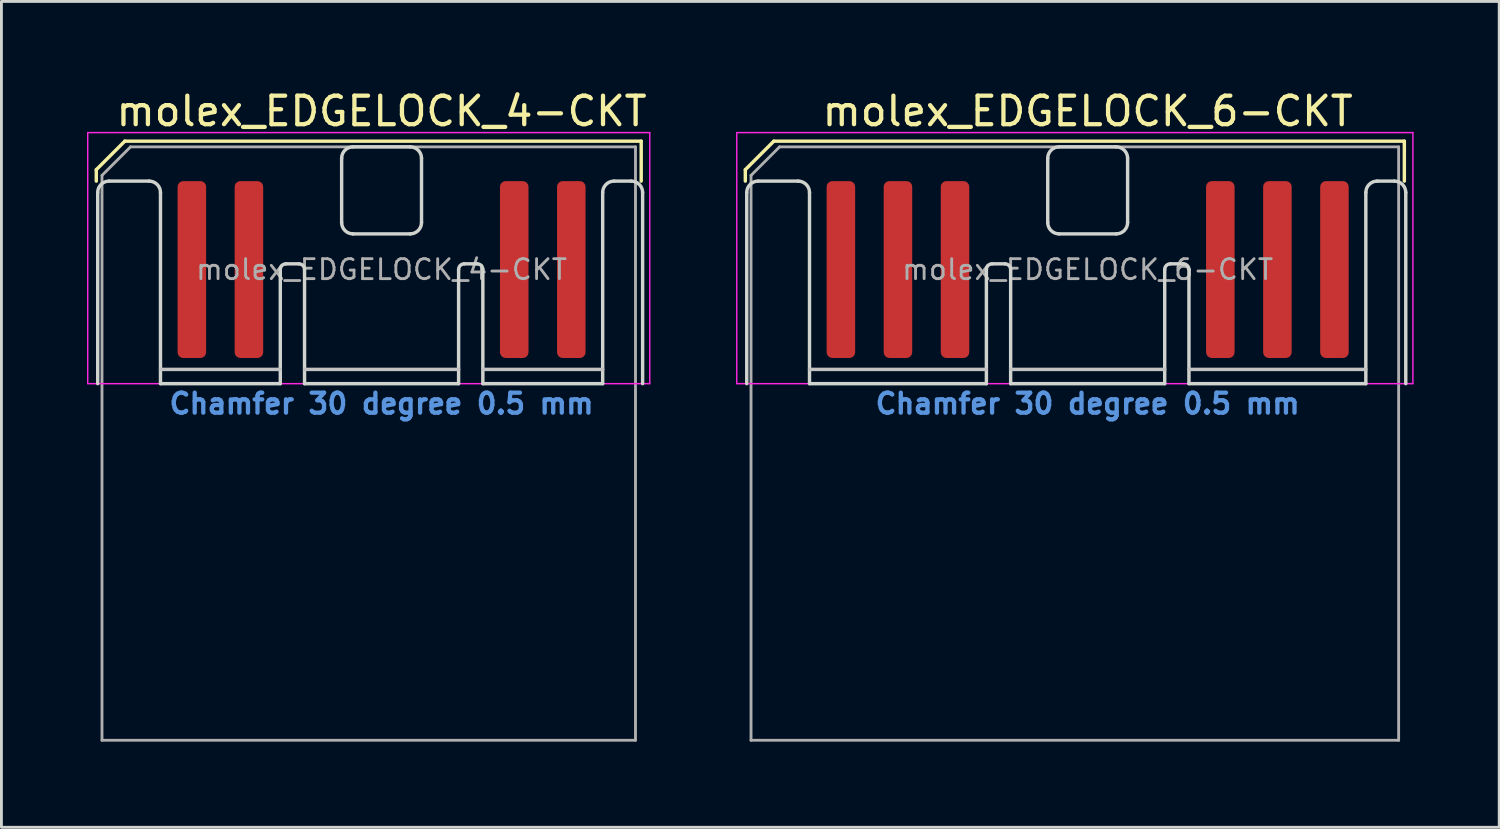
<source format=kicad_pcb>
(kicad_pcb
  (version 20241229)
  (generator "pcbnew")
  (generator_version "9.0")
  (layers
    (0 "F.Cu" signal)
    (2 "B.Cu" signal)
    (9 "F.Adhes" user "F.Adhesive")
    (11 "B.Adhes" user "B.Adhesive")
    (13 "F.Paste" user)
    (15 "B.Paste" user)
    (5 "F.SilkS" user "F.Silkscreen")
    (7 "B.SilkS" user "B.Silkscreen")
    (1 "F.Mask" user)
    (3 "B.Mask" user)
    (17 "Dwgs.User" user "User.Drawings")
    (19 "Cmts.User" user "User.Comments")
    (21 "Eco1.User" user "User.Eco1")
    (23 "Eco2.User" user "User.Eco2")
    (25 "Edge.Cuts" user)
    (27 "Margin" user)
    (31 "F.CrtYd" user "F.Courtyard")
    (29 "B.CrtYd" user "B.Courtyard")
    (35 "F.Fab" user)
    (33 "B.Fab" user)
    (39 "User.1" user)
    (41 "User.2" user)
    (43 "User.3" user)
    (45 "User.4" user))
  (footprint "molex_EDGELOCK_4-CKT"
    (layer "F.Cu")
    (at 10.325 6.398)
    (property "Reference" "molex_EDGELOCK_4-CKT" (at 0 -5.55 0) (layer "F.SilkS") (effects (font (size 1 1) (thickness 0.15))))
    (attr exclude_from_pos_files exclude_from_bom)
    (fp_line (start -10 -3.5) (end -9 -4.5) (stroke (width 0.12) (type solid)) (layer "F.SilkS"))
    (fp_line (start -10 -3.1) (end -10 -3.5) (stroke (width 0.12) (type solid)) (layer "F.SilkS"))
    (fp_line (start -9 -4.5) (end 9.1 -4.5) (stroke (width 0.12) (type solid)) (layer "F.SilkS"))
    (fp_line (start 9.1 -4.5) (end 9.1 -3.1) (stroke (width 0.12) (type solid)) (layer "F.SilkS"))
    (fp_line (start -7.75 3.5) (end -3.55 3.5) (stroke (width 0.12) (type solid)) (layer "Dwgs.User"))
    (fp_line (start -2.7 3.5) (end 2.7 3.5) (stroke (width 0.12) (type solid)) (layer "Dwgs.User"))
    (fp_line (start 3.55 3.5) (end 7.75 3.5) (stroke (width 0.12) (type solid)) (layer "Dwgs.User"))
    (fp_line (start -9.95 4) (end -9.95 -2.7) (stroke (width 0.12) (type solid)) (layer "Edge.Cuts"))
    (fp_line (start -9.55 -3.1) (end -8.15 -3.1) (stroke (width 0.12) (type solid)) (layer "Edge.Cuts"))
    (fp_line (start -7.75 -2.7) (end -7.75 4) (stroke (width 0.12) (type solid)) (layer "Edge.Cuts"))
    (fp_line (start -7.75 4) (end -3.55 4) (stroke (width 0.12) (type solid)) (layer "Edge.Cuts"))
    (fp_line (start -3.55 4) (end -3.55 0) (stroke (width 0.12) (type solid)) (layer "Edge.Cuts"))
    (fp_line (start -3.35 -0.2) (end -2.9 -0.2) (stroke (width 0.12) (type solid)) (layer "Edge.Cuts"))
    (fp_line (start -2.7 0) (end -2.7 4) (stroke (width 0.12) (type solid)) (layer "Edge.Cuts"))
    (fp_line (start -2.7 4) (end 2.7 4) (stroke (width 0.12) (type solid)) (layer "Edge.Cuts"))
    (fp_line (start -1.4 -3.9) (end -1.4 -1.65) (stroke (width 0.12) (type solid)) (layer "Edge.Cuts"))
    (fp_line (start -1 -1.25) (end 1 -1.25) (stroke (width 0.12) (type solid)) (layer "Edge.Cuts"))
    (fp_line (start 1 -4.3) (end -1 -4.3) (stroke (width 0.12) (type solid)) (layer "Edge.Cuts"))
    (fp_line (start 1.4 -1.65) (end 1.4 -3.9) (stroke (width 0.12) (type solid)) (layer "Edge.Cuts"))
    (fp_line (start 2.7 4) (end 2.7 0) (stroke (width 0.12) (type solid)) (layer "Edge.Cuts"))
    (fp_line (start 2.9 -0.2) (end 3.35 -0.2) (stroke (width 0.12) (type solid)) (layer "Edge.Cuts"))
    (fp_line (start 3.55 0) (end 3.55 4) (stroke (width 0.12) (type solid)) (layer "Edge.Cuts"))
    (fp_line (start 3.55 4) (end 7.75 4) (stroke (width 0.12) (type solid)) (layer "Edge.Cuts"))
    (fp_line (start 7.75 4) (end 7.75 -2.7) (stroke (width 0.12) (type solid)) (layer "Edge.Cuts"))
    (fp_line (start 8.15 -3.1) (end 8.75 -3.1) (stroke (width 0.12) (type solid)) (layer "Edge.Cuts"))
    (fp_line (start 9.15 -2.7) (end 9.15 4) (stroke (width 0.12) (type solid)) (layer "Edge.Cuts"))
    (fp_arc (start -9.95 -2.7) (mid -9.832843 -2.982843) (end -9.55 -3.1) (stroke (width 0.12) (type solid)) (layer "Edge.Cuts"))
    (fp_arc (start -8.15 -3.1) (mid -7.867157 -2.982843) (end -7.75 -2.7) (stroke (width 0.12) (type solid)) (layer "Edge.Cuts"))
    (fp_arc (start -3.55 0) (mid -3.491421 -0.141421) (end -3.35 -0.2) (stroke (width 0.12) (type solid)) (layer "Edge.Cuts"))
    (fp_arc (start -2.9 -0.2) (mid -2.758579 -0.141421) (end -2.7 0) (stroke (width 0.12) (type solid)) (layer "Edge.Cuts"))
    (fp_arc (start -1.4 -3.9) (mid -1.282843 -4.182843) (end -1 -4.3) (stroke (width 0.12) (type solid)) (layer "Edge.Cuts"))
    (fp_arc (start -1 -1.25) (mid -1.282843 -1.367157) (end -1.4 -1.65) (stroke (width 0.12) (type solid)) (layer "Edge.Cuts"))
    (fp_arc (start 1 -4.3) (mid 1.282843 -4.182843) (end 1.4 -3.9) (stroke (width 0.12) (type solid)) (layer "Edge.Cuts"))
    (fp_arc (start 1.4 -1.65) (mid 1.282843 -1.367157) (end 1 -1.25) (stroke (width 0.12) (type solid)) (layer "Edge.Cuts"))
    (fp_arc (start 2.7 0) (mid 2.758579 -0.141421) (end 2.9 -0.2) (stroke (width 0.12) (type solid)) (layer "Edge.Cuts"))
    (fp_arc (start 3.35 -0.2) (mid 3.491421 -0.141421) (end 3.55 0) (stroke (width 0.12) (type solid)) (layer "Edge.Cuts"))
    (fp_arc (start 7.75 -2.7) (mid 7.867157 -2.982843) (end 8.15 -3.1) (stroke (width 0.12) (type solid)) (layer "Edge.Cuts"))
    (fp_arc (start 8.75 -3.1) (mid 9.032843 -2.982843) (end 9.15 -2.7) (stroke (width 0.12) (type solid)) (layer "Edge.Cuts"))
    (fp_line (start -10.3 -4.8) (end -10.3 4) (stroke (width 0.05) (type solid)) (layer "F.CrtYd"))
    (fp_line (start -10.3 4) (end 9.4 4) (stroke (width 0.05) (type solid)) (layer "F.CrtYd"))
    (fp_line (start 9.4 -4.8) (end -10.3 -4.8) (stroke (width 0.05) (type solid)) (layer "F.CrtYd"))
    (fp_line (start 9.4 4) (end 9.4 -4.8) (stroke (width 0.05) (type solid)) (layer "F.CrtYd"))
    (fp_line (start -9.8 -3.3) (end -8.8 -4.3) (stroke (width 0.1) (type solid)) (layer "F.Fab"))
    (fp_line (start -9.8 16.5) (end -9.8 -3.3) (stroke (width 0.1) (type solid)) (layer "F.Fab"))
    (fp_line (start -8.8 -4.3) (end 8.9 -4.3) (stroke (width 0.1) (type solid)) (layer "F.Fab"))
    (fp_line (start 8.9 -4.3) (end 8.9 16.5) (stroke (width 0.1) (type solid)) (layer "F.Fab"))
    (fp_line (start 8.9 16.5) (end -9.8 16.5) (stroke (width 0.1) (type solid)) (layer "F.Fab"))
    (fp_text user "Chamfer 30 degree 0.5 mm" (at 0 4.7 0) (layer "Cmts.User") (effects (font (size 0.7 0.7) (thickness 0.15))))
    (fp_text user "${REFERENCE}" (at 0 0 0) (layer "F.Fab") (effects (font (size 0.7 0.7) (thickness 0.1))))
    (pad "1" connect roundrect (at -6.65 0) (size 1 6.2) (layers "F.Cu" "F.Mask") (roundrect_rratio 0.2))
    (pad "2" connect roundrect (at -4.65 0) (size 1 6.2) (layers "F.Cu" "F.Mask") (roundrect_rratio 0.2))
    (pad "3" connect roundrect (at 4.65 0) (size 1 6.2) (layers "F.Cu" "F.Mask") (roundrect_rratio 0.2))
    (pad "4" connect roundrect (at 6.65 0) (size 1 6.2) (layers "F.Cu" "F.Mask") (roundrect_rratio 0.2)))
  (footprint "molex_EDGELOCK_6-CKT"
    (layer "F.Cu")
    (at 35.075 6.398)
    (property "Reference" "molex_EDGELOCK_6-CKT" (at 0 -5.55 0) (layer "F.SilkS") (effects (font (size 1 1) (thickness 0.15))))
    (attr smd)
    (fp_line (start -12 -3.5) (end -11 -4.5) (stroke (width 0.12) (type solid)) (layer "F.SilkS"))
    (fp_line (start -12 -3.1) (end -12 -3.5) (stroke (width 0.12) (type solid)) (layer "F.SilkS"))
    (fp_line (start -11 -4.5) (end 11.1 -4.5) (stroke (width 0.12) (type solid)) (layer "F.SilkS"))
    (fp_line (start 11.1 -4.5) (end 11.1 -3.1) (stroke (width 0.12) (type solid)) (layer "F.SilkS"))
    (fp_line (start -9.75 3.5) (end -3.55 3.5) (stroke (width 0.12) (type solid)) (layer "Dwgs.User"))
    (fp_line (start -2.7 3.5) (end 2.7 3.5) (stroke (width 0.12) (type solid)) (layer "Dwgs.User"))
    (fp_line (start 3.55 3.5) (end 9.75 3.5) (stroke (width 0.12) (type solid)) (layer "Dwgs.User"))
    (fp_line (start -11.95 4) (end -11.95 -2.7) (stroke (width 0.12) (type solid)) (layer "Edge.Cuts"))
    (fp_line (start -11.55 -3.1) (end -10.15 -3.1) (stroke (width 0.12) (type solid)) (layer "Edge.Cuts"))
    (fp_line (start -9.75 -2.7) (end -9.75 4) (stroke (width 0.12) (type solid)) (layer "Edge.Cuts"))
    (fp_line (start -9.75 4) (end -3.55 4) (stroke (width 0.12) (type solid)) (layer "Edge.Cuts"))
    (fp_line (start -3.55 4) (end -3.55 0) (stroke (width 0.12) (type solid)) (layer "Edge.Cuts"))
    (fp_line (start -3.35 -0.2) (end -2.9 -0.2) (stroke (width 0.12) (type solid)) (layer "Edge.Cuts"))
    (fp_line (start -2.7 0) (end -2.7 4) (stroke (width 0.12) (type solid)) (layer "Edge.Cuts"))
    (fp_line (start -2.7 4) (end 2.7 4) (stroke (width 0.12) (type solid)) (layer "Edge.Cuts"))
    (fp_line (start -1.4 -3.9) (end -1.4 -1.65) (stroke (width 0.12) (type solid)) (layer "Edge.Cuts"))
    (fp_line (start -1 -1.25) (end 1 -1.25) (stroke (width 0.12) (type solid)) (layer "Edge.Cuts"))
    (fp_line (start 1 -4.3) (end -1 -4.3) (stroke (width 0.12) (type solid)) (layer "Edge.Cuts"))
    (fp_line (start 1.4 -1.65) (end 1.4 -3.9) (stroke (width 0.12) (type solid)) (layer "Edge.Cuts"))
    (fp_line (start 2.7 4) (end 2.7 0) (stroke (width 0.12) (type solid)) (layer "Edge.Cuts"))
    (fp_line (start 2.9 -0.2) (end 3.35 -0.2) (stroke (width 0.12) (type solid)) (layer "Edge.Cuts"))
    (fp_line (start 3.55 0) (end 3.55 4) (stroke (width 0.12) (type solid)) (layer "Edge.Cuts"))
    (fp_line (start 3.55 4) (end 9.75 4) (stroke (width 0.12) (type solid)) (layer "Edge.Cuts"))
    (fp_line (start 9.75 4) (end 9.75 -2.7) (stroke (width 0.12) (type solid)) (layer "Edge.Cuts"))
    (fp_line (start 10.15 -3.1) (end 10.75 -3.1) (stroke (width 0.12) (type solid)) (layer "Edge.Cuts"))
    (fp_line (start 11.15 -2.7) (end 11.15 4) (stroke (width 0.12) (type solid)) (layer "Edge.Cuts"))
    (fp_arc (start -11.95 -2.7) (mid -11.832843 -2.982843) (end -11.55 -3.1) (stroke (width 0.12) (type solid)) (layer "Edge.Cuts"))
    (fp_arc (start -10.15 -3.1) (mid -9.867157 -2.982843) (end -9.75 -2.7) (stroke (width 0.12) (type solid)) (layer "Edge.Cuts"))
    (fp_arc (start -3.55 0) (mid -3.491421 -0.141421) (end -3.35 -0.2) (stroke (width 0.12) (type solid)) (layer "Edge.Cuts"))
    (fp_arc (start -2.9 -0.2) (mid -2.758579 -0.141421) (end -2.7 0) (stroke (width 0.12) (type solid)) (layer "Edge.Cuts"))
    (fp_arc (start -1.4 -3.9) (mid -1.282843 -4.182843) (end -1 -4.3) (stroke (width 0.12) (type solid)) (layer "Edge.Cuts"))
    (fp_arc (start -1 -1.25) (mid -1.282843 -1.367157) (end -1.4 -1.65) (stroke (width 0.12) (type solid)) (layer "Edge.Cuts"))
    (fp_arc (start 1 -4.3) (mid 1.282843 -4.182843) (end 1.4 -3.9) (stroke (width 0.12) (type solid)) (layer "Edge.Cuts"))
    (fp_arc (start 1.4 -1.65) (mid 1.282843 -1.367157) (end 1 -1.25) (stroke (width 0.12) (type solid)) (layer "Edge.Cuts"))
    (fp_arc (start 2.7 0) (mid 2.758579 -0.141421) (end 2.9 -0.2) (stroke (width 0.12) (type solid)) (layer "Edge.Cuts"))
    (fp_arc (start 3.35 -0.2) (mid 3.491421 -0.141421) (end 3.55 0) (stroke (width 0.12) (type solid)) (layer "Edge.Cuts"))
    (fp_arc (start 9.75 -2.7) (mid 9.867157 -2.982843) (end 10.15 -3.1) (stroke (width 0.12) (type solid)) (layer "Edge.Cuts"))
    (fp_arc (start 10.75 -3.1) (mid 11.032843 -2.982843) (end 11.15 -2.7) (stroke (width 0.12) (type solid)) (layer "Edge.Cuts"))
    (fp_line (start -12.3 -4.8) (end -12.3 4) (stroke (width 0.05) (type solid)) (layer "F.CrtYd"))
    (fp_line (start -12.3 4) (end 11.4 4) (stroke (width 0.05) (type solid)) (layer "F.CrtYd"))
    (fp_line (start 11.4 -4.8) (end -12.3 -4.8) (stroke (width 0.05) (type solid)) (layer "F.CrtYd"))
    (fp_line (start 11.4 4) (end 11.4 -4.8) (stroke (width 0.05) (type solid)) (layer "F.CrtYd"))
    (fp_line (start -11.8 -3.3) (end -10.8 -4.3) (stroke (width 0.1) (type solid)) (layer "F.Fab"))
    (fp_line (start -11.8 16.5) (end -11.8 -3.3) (stroke (width 0.1) (type solid)) (layer "F.Fab"))
    (fp_line (start -10.8 -4.3) (end 10.9 -4.3) (stroke (width 0.1) (type solid)) (layer "F.Fab"))
    (fp_line (start 10.9 -4.3) (end 10.9 16.5) (stroke (width 0.1) (type solid)) (layer "F.Fab"))
    (fp_line (start 10.9 16.5) (end -11.8 16.5) (stroke (width 0.1) (type solid)) (layer "F.Fab"))
    (fp_text user "Chamfer 30 degree 0.5 mm" (at 0 4.7 0) (layer "Cmts.User") (effects (font (size 0.7 0.7) (thickness 0.15))))
    (fp_text user "${REFERENCE}" (at 0 0 0) (layer "F.Fab") (effects (font (size 0.7 0.7) (thickness 0.1))))
    (pad "1" smd roundrect (at -8.65 0) (size 1 6.2) (layers "F.Cu" "F.Mask") (roundrect_rratio 0.2))
    (pad "2" smd roundrect (at -6.65 0) (size 1 6.2) (layers "F.Cu" "F.Mask") (roundrect_rratio 0.2))
    (pad "3" smd roundrect (at -4.65 0) (size 1 6.2) (layers "F.Cu" "F.Mask") (roundrect_rratio 0.2))
    (pad "4" smd roundrect (at 4.65 0) (size 1 6.2) (layers "F.Cu" "F.Mask") (roundrect_rratio 0.2))
    (pad "5" smd roundrect (at 6.65 0) (size 1 6.2) (layers "F.Cu" "F.Mask") (roundrect_rratio 0.2))
    (pad "6" smd roundrect (at 8.65 0) (size 1 6.2) (layers "F.Cu" "F.Mask") (roundrect_rratio 0.2)))
  (gr_rect
    (start -3 -3)
    (end 49.5 25.948)
    (stroke (width 0.1) (type default))
    (fill no)
    (layer "Edge.Cuts")))
</source>
